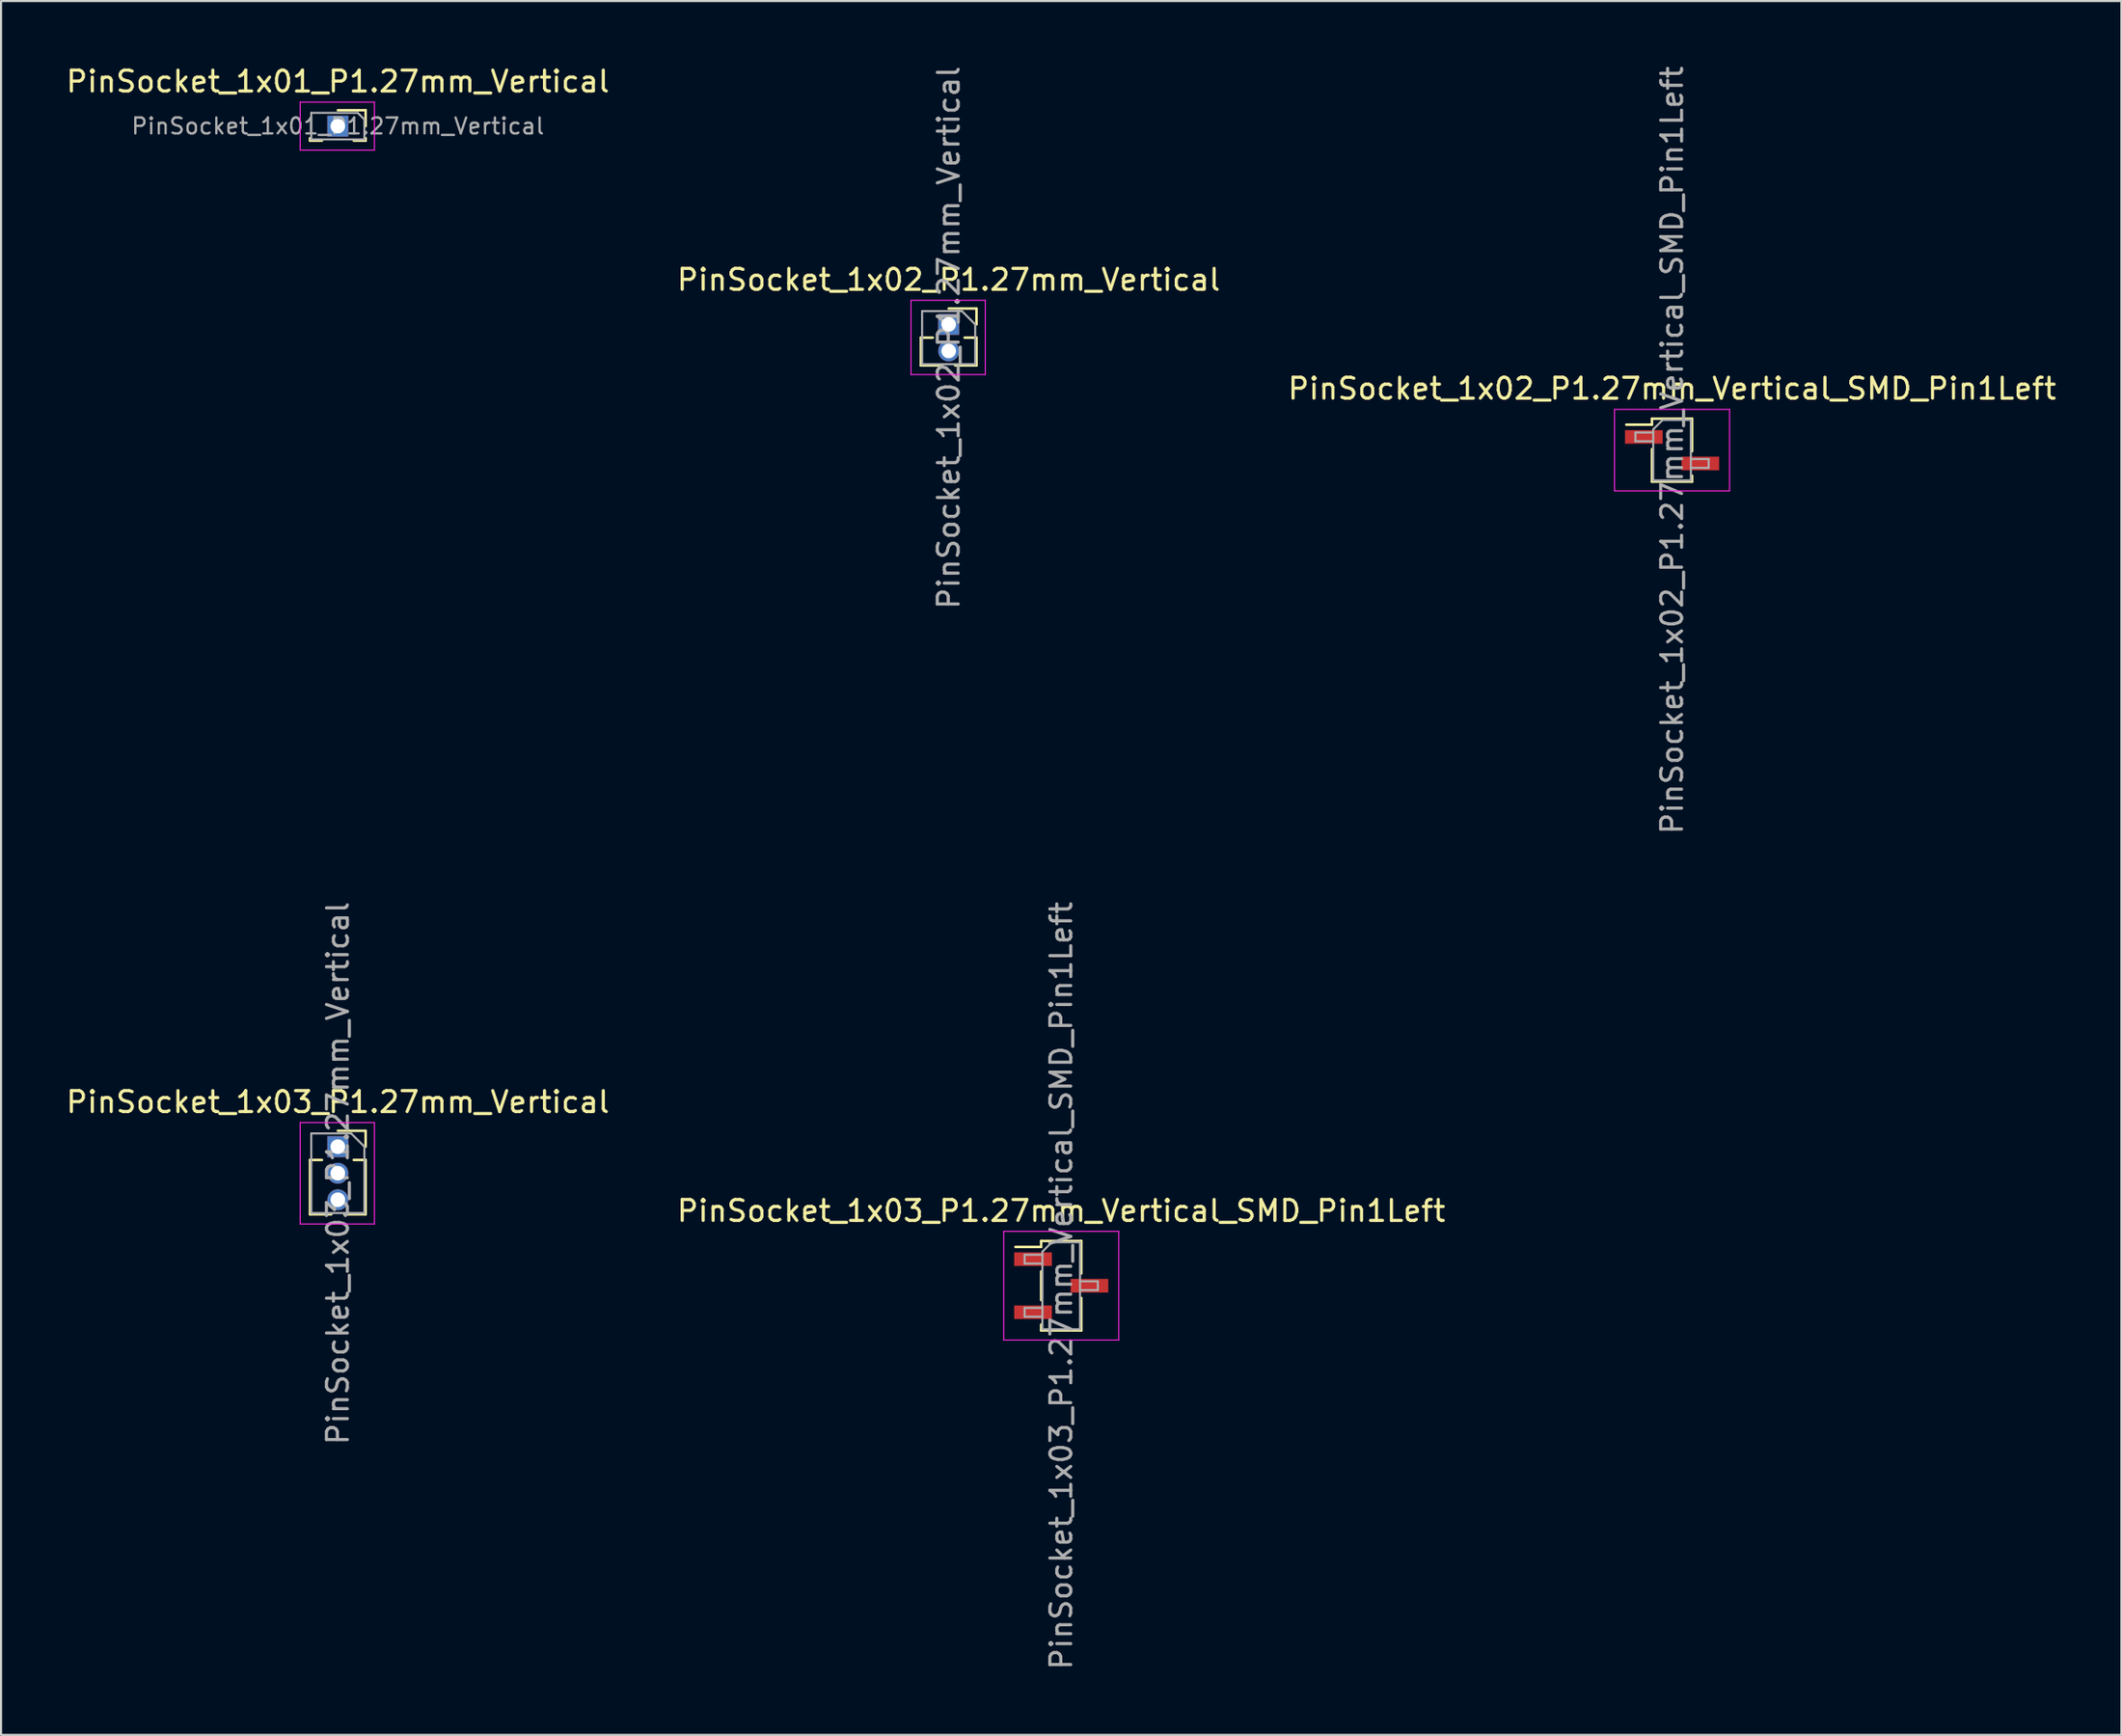
<source format=kicad_pcb>
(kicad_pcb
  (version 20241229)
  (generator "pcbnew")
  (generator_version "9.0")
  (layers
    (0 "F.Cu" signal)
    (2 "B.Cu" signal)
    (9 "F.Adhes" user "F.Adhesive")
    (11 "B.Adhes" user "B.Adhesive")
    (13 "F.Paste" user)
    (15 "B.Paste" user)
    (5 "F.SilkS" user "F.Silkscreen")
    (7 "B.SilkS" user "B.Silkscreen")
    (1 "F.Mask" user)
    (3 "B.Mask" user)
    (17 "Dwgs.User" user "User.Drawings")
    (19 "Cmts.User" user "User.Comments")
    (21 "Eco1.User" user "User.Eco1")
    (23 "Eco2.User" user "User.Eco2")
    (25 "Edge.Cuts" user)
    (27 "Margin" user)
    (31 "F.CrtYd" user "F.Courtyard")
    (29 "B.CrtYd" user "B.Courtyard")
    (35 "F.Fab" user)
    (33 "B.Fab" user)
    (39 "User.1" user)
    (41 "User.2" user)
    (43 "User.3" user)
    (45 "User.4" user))
  (footprint "PinSocket_1x03_P1.27mm_Vertical_SMD_Pin1Left"
    (layer "F.Cu")
    (at 47.685 58.446)
    (property "Reference" "PinSocket_1x03_P1.27mm_Vertical_SMD_Pin1Left" (at 0 -3.58 0) (layer "F.SilkS") (effects (font (size 1 1) (thickness 0.15))))
    (attr smd)
    (fp_line (start -2.19 -1.855) (end -0.96 -1.855) (stroke (width 0.12) (type solid)) (layer "F.SilkS"))
    (fp_line (start -0.96 -2.14) (end -0.96 -1.855) (stroke (width 0.12) (type solid)) (layer "F.SilkS"))
    (fp_line (start -0.96 -2.14) (end 0.96 -2.14) (stroke (width 0.12) (type solid)) (layer "F.SilkS"))
    (fp_line (start -0.96 -0.685) (end -0.96 0.685) (stroke (width 0.12) (type solid)) (layer "F.SilkS"))
    (fp_line (start -0.96 1.855) (end -0.96 2.14) (stroke (width 0.12) (type solid)) (layer "F.SilkS"))
    (fp_line (start -0.96 2.14) (end 0.96 2.14) (stroke (width 0.12) (type solid)) (layer "F.SilkS"))
    (fp_line (start 0.96 -2.14) (end 0.96 -0.585) (stroke (width 0.12) (type solid)) (layer "F.SilkS"))
    (fp_line (start 0.96 0.585) (end 0.96 2.14) (stroke (width 0.12) (type solid)) (layer "F.SilkS"))
    (fp_line (start -2.75 -2.6) (end 2.75 -2.6) (stroke (width 0.05) (type solid)) (layer "F.CrtYd"))
    (fp_line (start -2.75 2.6) (end -2.75 -2.6) (stroke (width 0.05) (type solid)) (layer "F.CrtYd"))
    (fp_line (start 2.75 -2.6) (end 2.75 2.6) (stroke (width 0.05) (type solid)) (layer "F.CrtYd"))
    (fp_line (start 2.75 2.6) (end -2.75 2.6) (stroke (width 0.05) (type solid)) (layer "F.CrtYd"))
    (fp_line (start -1.75 -1.48) (end -0.9 -1.48) (stroke (width 0.1) (type solid)) (layer "F.Fab"))
    (fp_line (start -1.75 -1.06) (end -1.75 -1.48) (stroke (width 0.1) (type solid)) (layer "F.Fab"))
    (fp_line (start -1.75 1.06) (end -0.9 1.06) (stroke (width 0.1) (type solid)) (layer "F.Fab"))
    (fp_line (start -1.75 1.48) (end -1.75 1.06) (stroke (width 0.1) (type solid)) (layer "F.Fab"))
    (fp_line (start -0.9 -1.63) (end -0.45 -2.08) (stroke (width 0.1) (type solid)) (layer "F.Fab"))
    (fp_line (start -0.9 -1.06) (end -1.75 -1.06) (stroke (width 0.1) (type solid)) (layer "F.Fab"))
    (fp_line (start -0.9 1.48) (end -1.75 1.48) (stroke (width 0.1) (type solid)) (layer "F.Fab"))
    (fp_line (start -0.9 2.08) (end -0.9 -1.63) (stroke (width 0.1) (type solid)) (layer "F.Fab"))
    (fp_line (start -0.45 -2.08) (end 0.9 -2.08) (stroke (width 0.1) (type solid)) (layer "F.Fab"))
    (fp_line (start 0.9 -2.08) (end 0.9 2.08) (stroke (width 0.1) (type solid)) (layer "F.Fab"))
    (fp_line (start 0.9 -0.21) (end 1.75 -0.21) (stroke (width 0.1) (type solid)) (layer "F.Fab"))
    (fp_line (start 0.9 2.08) (end -0.9 2.08) (stroke (width 0.1) (type solid)) (layer "F.Fab"))
    (fp_line (start 1.75 -0.21) (end 1.75 0.21) (stroke (width 0.1) (type solid)) (layer "F.Fab"))
    (fp_line (start 1.75 0.21) (end 0.9 0.21) (stroke (width 0.1) (type solid)) (layer "F.Fab"))
    (fp_text user "${REFERENCE}" (at 0 0 90) (layer "F.Fab") (effects (font (size 1 1) (thickness 0.15))))
    (pad "1" smd rect (at -1.35 -1.27) (size 1.8 0.65) (layers "F.Cu" "F.Mask" "F.Paste"))
    (pad "2" smd rect (at 1.35 0) (size 1.8 0.65) (layers "F.Cu" "F.Mask" "F.Paste"))
    (pad "3" smd rect (at -1.35 1.27) (size 1.8 0.65) (layers "F.Cu" "F.Mask" "F.Paste")))
  (footprint "PinSocket_1x01_P1.27mm_Vertical"
    (layer "F.Cu")
    (at 13.101 2.983)
    (property "Reference" "PinSocket_1x01_P1.27mm_Vertical" (at 0 -2.135 0) (layer "F.SilkS") (effects (font (size 1 1) (thickness 0.15))))
    (attr through_hole)
    (fp_line (start -1.33 0.575) (end -1.33 0.695) (stroke (width 0.12) (type solid)) (layer "F.SilkS"))
    (fp_line (start -1.33 0.695) (end -0.76 0.695) (stroke (width 0.12) (type solid)) (layer "F.SilkS"))
    (fp_line (start 0 -0.76) (end 1.33 -0.76) (stroke (width 0.12) (type solid)) (layer "F.SilkS"))
    (fp_line (start 0.76 0.695) (end 1.33 0.695) (stroke (width 0.12) (type solid)) (layer "F.SilkS"))
    (fp_line (start 1.33 -0.76) (end 1.33 0) (stroke (width 0.12) (type solid)) (layer "F.SilkS"))
    (fp_line (start 1.33 0.575) (end 1.33 0.695) (stroke (width 0.12) (type solid)) (layer "F.SilkS"))
    (fp_line (start -1.8 -1.15) (end 1.75 -1.15) (stroke (width 0.05) (type solid)) (layer "F.CrtYd"))
    (fp_line (start -1.8 1.15) (end -1.8 -1.15) (stroke (width 0.05) (type solid)) (layer "F.CrtYd"))
    (fp_line (start 1.75 -1.15) (end 1.75 1.15) (stroke (width 0.05) (type solid)) (layer "F.CrtYd"))
    (fp_line (start 1.75 1.15) (end -1.8 1.15) (stroke (width 0.05) (type solid)) (layer "F.CrtYd"))
    (fp_line (start -1.27 -0.635) (end 0.953 -0.635) (stroke (width 0.1) (type solid)) (layer "F.Fab"))
    (fp_line (start -1.27 0.635) (end -1.27 -0.635) (stroke (width 0.1) (type solid)) (layer "F.Fab"))
    (fp_line (start 0.953 -0.635) (end 1.27 -0.318) (stroke (width 0.1) (type solid)) (layer "F.Fab"))
    (fp_line (start 1.27 -0.318) (end 1.27 0.635) (stroke (width 0.1) (type solid)) (layer "F.Fab"))
    (fp_line (start 1.27 0.635) (end -1.27 0.635) (stroke (width 0.1) (type solid)) (layer "F.Fab"))
    (fp_text user "${REFERENCE}" (at 0 0 0) (layer "F.Fab") (effects (font (size 0.76 0.76) (thickness 0.11))))
    (pad "1" thru_hole rect (at 0 0) (size 1 1) (drill 0.7) (layers "*.Cu" "*.Mask")))
  (footprint "PinSocket_1x02_P1.27mm_Vertical"
    (layer "F.Cu")
    (at 42.304 12.466)
    (property "Reference" "PinSocket_1x02_P1.27mm_Vertical" (at 0 -2.135 0) (layer "F.SilkS") (effects (font (size 1 1) (thickness 0.15))))
    (attr through_hole)
    (fp_line (start -1.33 0.635) (end -1.33 1.965) (stroke (width 0.12) (type solid)) (layer "F.SilkS"))
    (fp_line (start -1.33 0.635) (end -0.76 0.635) (stroke (width 0.12) (type solid)) (layer "F.SilkS"))
    (fp_line (start -1.33 1.965) (end -0.308 1.965) (stroke (width 0.12) (type solid)) (layer "F.SilkS"))
    (fp_line (start 0 -0.76) (end 1.33 -0.76) (stroke (width 0.12) (type solid)) (layer "F.SilkS"))
    (fp_line (start 0.308 1.965) (end 1.33 1.965) (stroke (width 0.12) (type solid)) (layer "F.SilkS"))
    (fp_line (start 0.76 0.635) (end 1.33 0.635) (stroke (width 0.12) (type solid)) (layer "F.SilkS"))
    (fp_line (start 1.33 -0.76) (end 1.33 0) (stroke (width 0.12) (type solid)) (layer "F.SilkS"))
    (fp_line (start 1.33 0.635) (end 1.33 1.965) (stroke (width 0.12) (type solid)) (layer "F.SilkS"))
    (fp_line (start -1.8 -1.15) (end 1.75 -1.15) (stroke (width 0.05) (type solid)) (layer "F.CrtYd"))
    (fp_line (start -1.8 2.4) (end -1.8 -1.15) (stroke (width 0.05) (type solid)) (layer "F.CrtYd"))
    (fp_line (start 1.75 -1.15) (end 1.75 2.4) (stroke (width 0.05) (type solid)) (layer "F.CrtYd"))
    (fp_line (start 1.75 2.4) (end -1.8 2.4) (stroke (width 0.05) (type solid)) (layer "F.CrtYd"))
    (fp_line (start -1.27 -0.635) (end 0.635 -0.635) (stroke (width 0.1) (type solid)) (layer "F.Fab"))
    (fp_line (start -1.27 1.905) (end -1.27 -0.635) (stroke (width 0.1) (type solid)) (layer "F.Fab"))
    (fp_line (start 0.635 -0.635) (end 1.27 0) (stroke (width 0.1) (type solid)) (layer "F.Fab"))
    (fp_line (start 1.27 0) (end 1.27 1.905) (stroke (width 0.1) (type solid)) (layer "F.Fab"))
    (fp_line (start 1.27 1.905) (end -1.27 1.905) (stroke (width 0.1) (type solid)) (layer "F.Fab"))
    (fp_text user "${REFERENCE}" (at 0 0.635 90) (layer "F.Fab") (effects (font (size 1 1) (thickness 0.15))))
    (pad "1" thru_hole rect (at 0 0) (size 1 1) (drill 0.7) (layers "*.Cu" "*.Mask"))
    (pad "2" thru_hole oval (at 0 1.27) (size 1 1) (drill 0.7) (layers "*.Cu" "*.Mask")))
  (footprint "PinSocket_1x03_P1.27mm_Vertical"
    (layer "F.Cu")
    (at 13.101 51.795)
    (property "Reference" "PinSocket_1x03_P1.27mm_Vertical" (at 0 -2.135 0) (layer "F.SilkS") (effects (font (size 1 1) (thickness 0.15))))
    (attr through_hole)
    (fp_line (start -1.33 0.635) (end -1.33 3.235) (stroke (width 0.12) (type solid)) (layer "F.SilkS"))
    (fp_line (start -1.33 0.635) (end -0.76 0.635) (stroke (width 0.12) (type solid)) (layer "F.SilkS"))
    (fp_line (start -1.33 3.235) (end -0.308 3.235) (stroke (width 0.12) (type solid)) (layer "F.SilkS"))
    (fp_line (start 0 -0.76) (end 1.33 -0.76) (stroke (width 0.12) (type solid)) (layer "F.SilkS"))
    (fp_line (start 0.308 3.235) (end 1.33 3.235) (stroke (width 0.12) (type solid)) (layer "F.SilkS"))
    (fp_line (start 0.76 0.635) (end 1.33 0.635) (stroke (width 0.12) (type solid)) (layer "F.SilkS"))
    (fp_line (start 1.33 -0.76) (end 1.33 0) (stroke (width 0.12) (type solid)) (layer "F.SilkS"))
    (fp_line (start 1.33 0.635) (end 1.33 3.235) (stroke (width 0.12) (type solid)) (layer "F.SilkS"))
    (fp_line (start -1.8 -1.15) (end 1.75 -1.15) (stroke (width 0.05) (type solid)) (layer "F.CrtYd"))
    (fp_line (start -1.8 3.7) (end -1.8 -1.15) (stroke (width 0.05) (type solid)) (layer "F.CrtYd"))
    (fp_line (start 1.75 -1.15) (end 1.75 3.7) (stroke (width 0.05) (type solid)) (layer "F.CrtYd"))
    (fp_line (start 1.75 3.7) (end -1.8 3.7) (stroke (width 0.05) (type solid)) (layer "F.CrtYd"))
    (fp_line (start -1.27 -0.635) (end 0.635 -0.635) (stroke (width 0.1) (type solid)) (layer "F.Fab"))
    (fp_line (start -1.27 3.175) (end -1.27 -0.635) (stroke (width 0.1) (type solid)) (layer "F.Fab"))
    (fp_line (start 0.635 -0.635) (end 1.27 0) (stroke (width 0.1) (type solid)) (layer "F.Fab"))
    (fp_line (start 1.27 0) (end 1.27 3.175) (stroke (width 0.1) (type solid)) (layer "F.Fab"))
    (fp_line (start 1.27 3.175) (end -1.27 3.175) (stroke (width 0.1) (type solid)) (layer "F.Fab"))
    (fp_text user "${REFERENCE}" (at 0 1.27 90) (layer "F.Fab") (effects (font (size 1 1) (thickness 0.15))))
    (pad "1" thru_hole rect (at 0 0) (size 1 1) (drill 0.7) (layers "*.Cu" "*.Mask"))
    (pad "2" thru_hole oval (at 0 1.27) (size 1 1) (drill 0.7) (layers "*.Cu" "*.Mask"))
    (pad "3" thru_hole oval (at 0 2.54) (size 1 1) (drill 0.7) (layers "*.Cu" "*.Mask")))
  (footprint "PinSocket_1x02_P1.27mm_Vertical_SMD_Pin1Left"
    (layer "F.Cu")
    (at 76.887 18.482)
    (property "Reference" "PinSocket_1x02_P1.27mm_Vertical_SMD_Pin1Left" (at 0 -2.945 0) (layer "F.SilkS") (effects (font (size 1 1) (thickness 0.15))))
    (attr smd)
    (fp_line (start -2.19 -1.22) (end -0.96 -1.22) (stroke (width 0.12) (type solid)) (layer "F.SilkS"))
    (fp_line (start -0.96 -1.505) (end -0.96 -1.22) (stroke (width 0.12) (type solid)) (layer "F.SilkS"))
    (fp_line (start -0.96 -1.505) (end 0.96 -1.505) (stroke (width 0.12) (type solid)) (layer "F.SilkS"))
    (fp_line (start -0.96 -0.05) (end -0.96 1.505) (stroke (width 0.12) (type solid)) (layer "F.SilkS"))
    (fp_line (start -0.96 1.505) (end 0.96 1.505) (stroke (width 0.12) (type solid)) (layer "F.SilkS"))
    (fp_line (start 0.96 -1.505) (end 0.96 0.05) (stroke (width 0.12) (type solid)) (layer "F.SilkS"))
    (fp_line (start 0.96 1.22) (end 0.96 1.505) (stroke (width 0.12) (type solid)) (layer "F.SilkS"))
    (fp_line (start -2.75 -1.95) (end 2.75 -1.95) (stroke (width 0.05) (type solid)) (layer "F.CrtYd"))
    (fp_line (start -2.75 1.95) (end -2.75 -1.95) (stroke (width 0.05) (type solid)) (layer "F.CrtYd"))
    (fp_line (start 2.75 -1.95) (end 2.75 1.95) (stroke (width 0.05) (type solid)) (layer "F.CrtYd"))
    (fp_line (start 2.75 1.95) (end -2.75 1.95) (stroke (width 0.05) (type solid)) (layer "F.CrtYd"))
    (fp_line (start -1.75 -0.845) (end -0.9 -0.845) (stroke (width 0.1) (type solid)) (layer "F.Fab"))
    (fp_line (start -1.75 -0.425) (end -1.75 -0.845) (stroke (width 0.1) (type solid)) (layer "F.Fab"))
    (fp_line (start -0.9 -0.995) (end -0.45 -1.445) (stroke (width 0.1) (type solid)) (layer "F.Fab"))
    (fp_line (start -0.9 -0.425) (end -1.75 -0.425) (stroke (width 0.1) (type solid)) (layer "F.Fab"))
    (fp_line (start -0.9 1.445) (end -0.9 -0.995) (stroke (width 0.1) (type solid)) (layer "F.Fab"))
    (fp_line (start -0.45 -1.445) (end 0.9 -1.445) (stroke (width 0.1) (type solid)) (layer "F.Fab"))
    (fp_line (start 0.9 -1.445) (end 0.9 1.445) (stroke (width 0.1) (type solid)) (layer "F.Fab"))
    (fp_line (start 0.9 0.425) (end 1.75 0.425) (stroke (width 0.1) (type solid)) (layer "F.Fab"))
    (fp_line (start 0.9 1.445) (end -0.9 1.445) (stroke (width 0.1) (type solid)) (layer "F.Fab"))
    (fp_line (start 1.75 0.425) (end 1.75 0.845) (stroke (width 0.1) (type solid)) (layer "F.Fab"))
    (fp_line (start 1.75 0.845) (end 0.9 0.845) (stroke (width 0.1) (type solid)) (layer "F.Fab"))
    (fp_text user "${REFERENCE}" (at 0 0 90) (layer "F.Fab") (effects (font (size 1 1) (thickness 0.15))))
    (pad "1" smd rect (at -1.35 -0.635) (size 1.8 0.65) (layers "F.Cu" "F.Mask" "F.Paste"))
    (pad "2" smd rect (at 1.35 0.635) (size 1.8 0.65) (layers "F.Cu" "F.Mask" "F.Paste")))
  (gr_rect
    (start -3 -3)
    (end 98.369 79.929)
    (stroke (width 0.1) (type default))
    (fill no)
    (layer "Edge.Cuts")))
</source>
